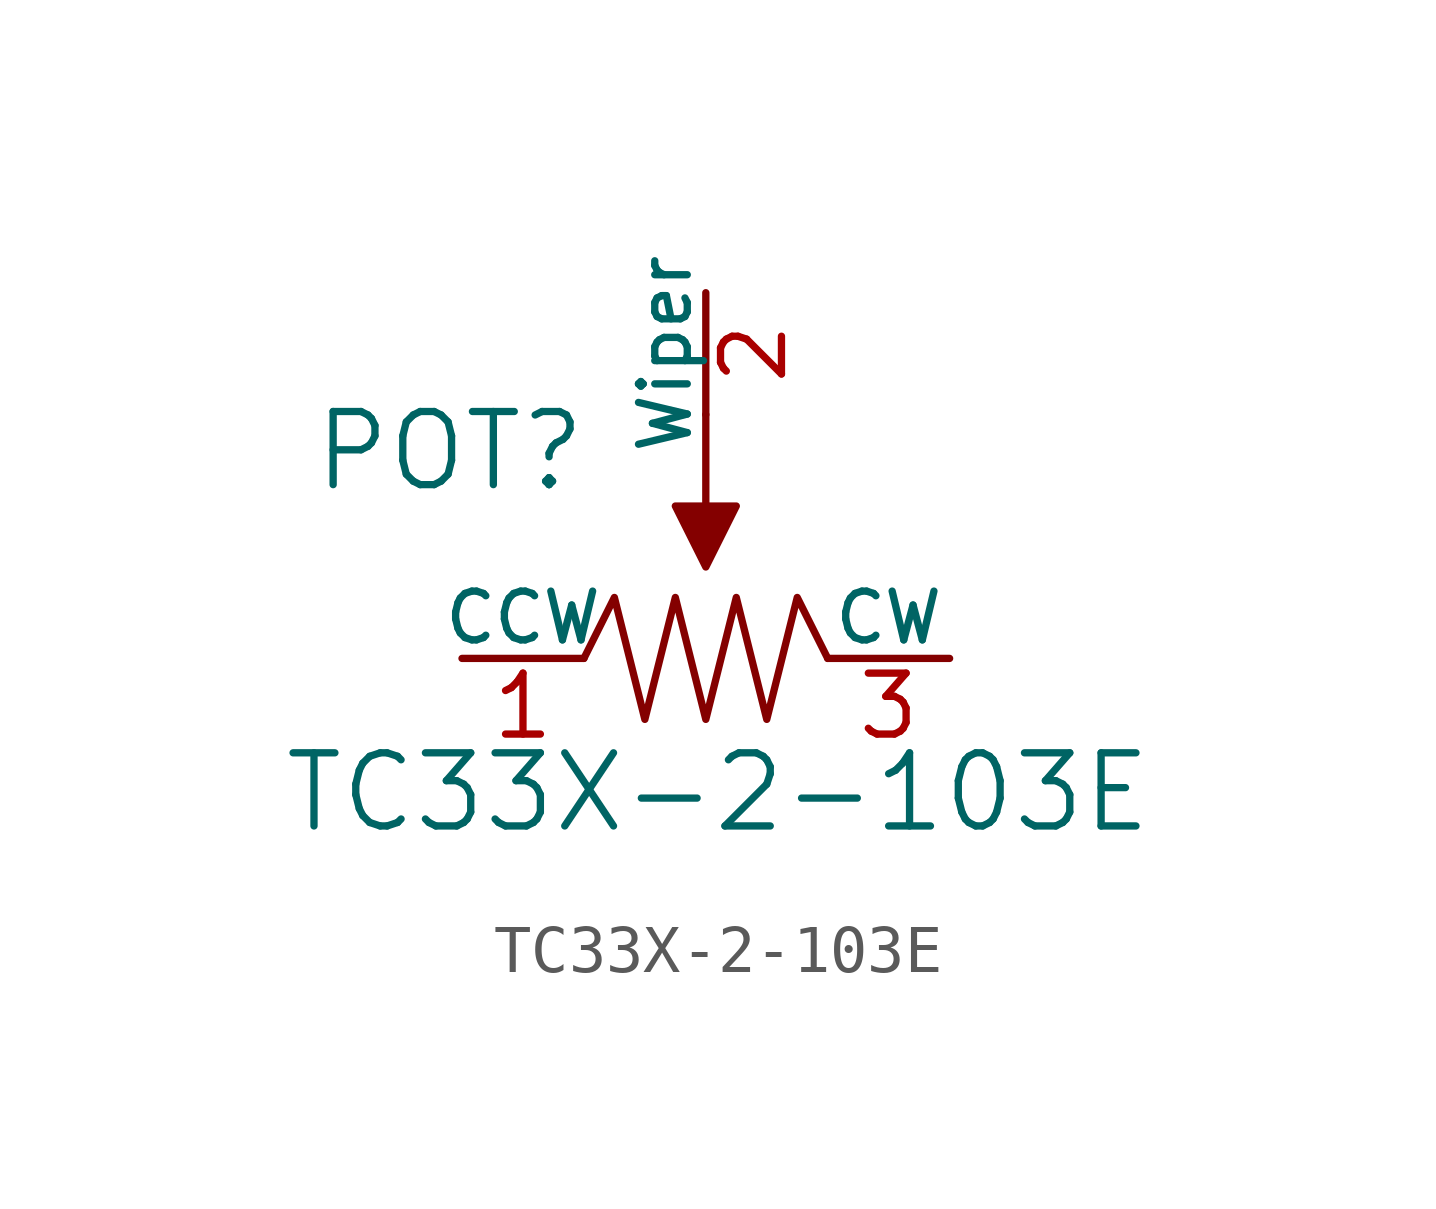
<source format=kicad_sym>
(kicad_symbol_lib
  (version 20211014)
  (generator kicad_symbol_editor)
  (symbol "TC33X-2-103E"
    (pin_names
      (offset 0))
    (property "Reference" "POT"
      (at -5.334 4.318 0)
      (effects (font (size 1.524 1.524))))
    (property "Value" "TC33X-2-103E"
      (at 0.254 -2.794 0)
      (effects (font (size 1.524 1.524))))
    (symbol "TC33X-2-103E_0_1"
      (polyline (pts (xy 0 5.08) (xy 0 3.175)) (stroke (width 0) (type default) (color 0 0 0 0)) (fill (type none)))
      (polyline (pts (xy -0.635 3.175) (xy 0.635 3.175) (xy 0 1.905) (xy -0.635 3.175)) (stroke (width 0) (type default) (color 0 0 0 0)) (fill (type outline)))
      (polyline (pts (xy -2.54 0) (xy -1.905 1.27) (xy -1.27 -1.27) (xy -0.635 1.27) (xy 0 -1.27) (xy 0.635 1.27) (xy 1.27 -1.27) (xy 1.905 1.27) (xy 2.54 0)) (stroke (width 0) (type default) (color 0 0 0 0)) (fill (type none))))
    (symbol "TC33X-2-103E_1_1"
      (pin passive line (at -5.08 0 0) (length 2.54) (name "CCW" (effects (font (size 1.016 1.016)))) (number "1" (effects (font (size 1.27 1.27)))))
      (pin passive line (at 0 7.62 270) (length 2.54) (name "Wiper" (effects (font (size 1.016 1.016)))) (number "2" (effects (font (size 1.27 1.27)))))
      (pin passive line (at 5.08 0 180) (length 2.54) (name "CW" (effects (font (size 1.016 1.016)))) (number "3" (effects (font (size 1.27 1.27))))))))
</source>
